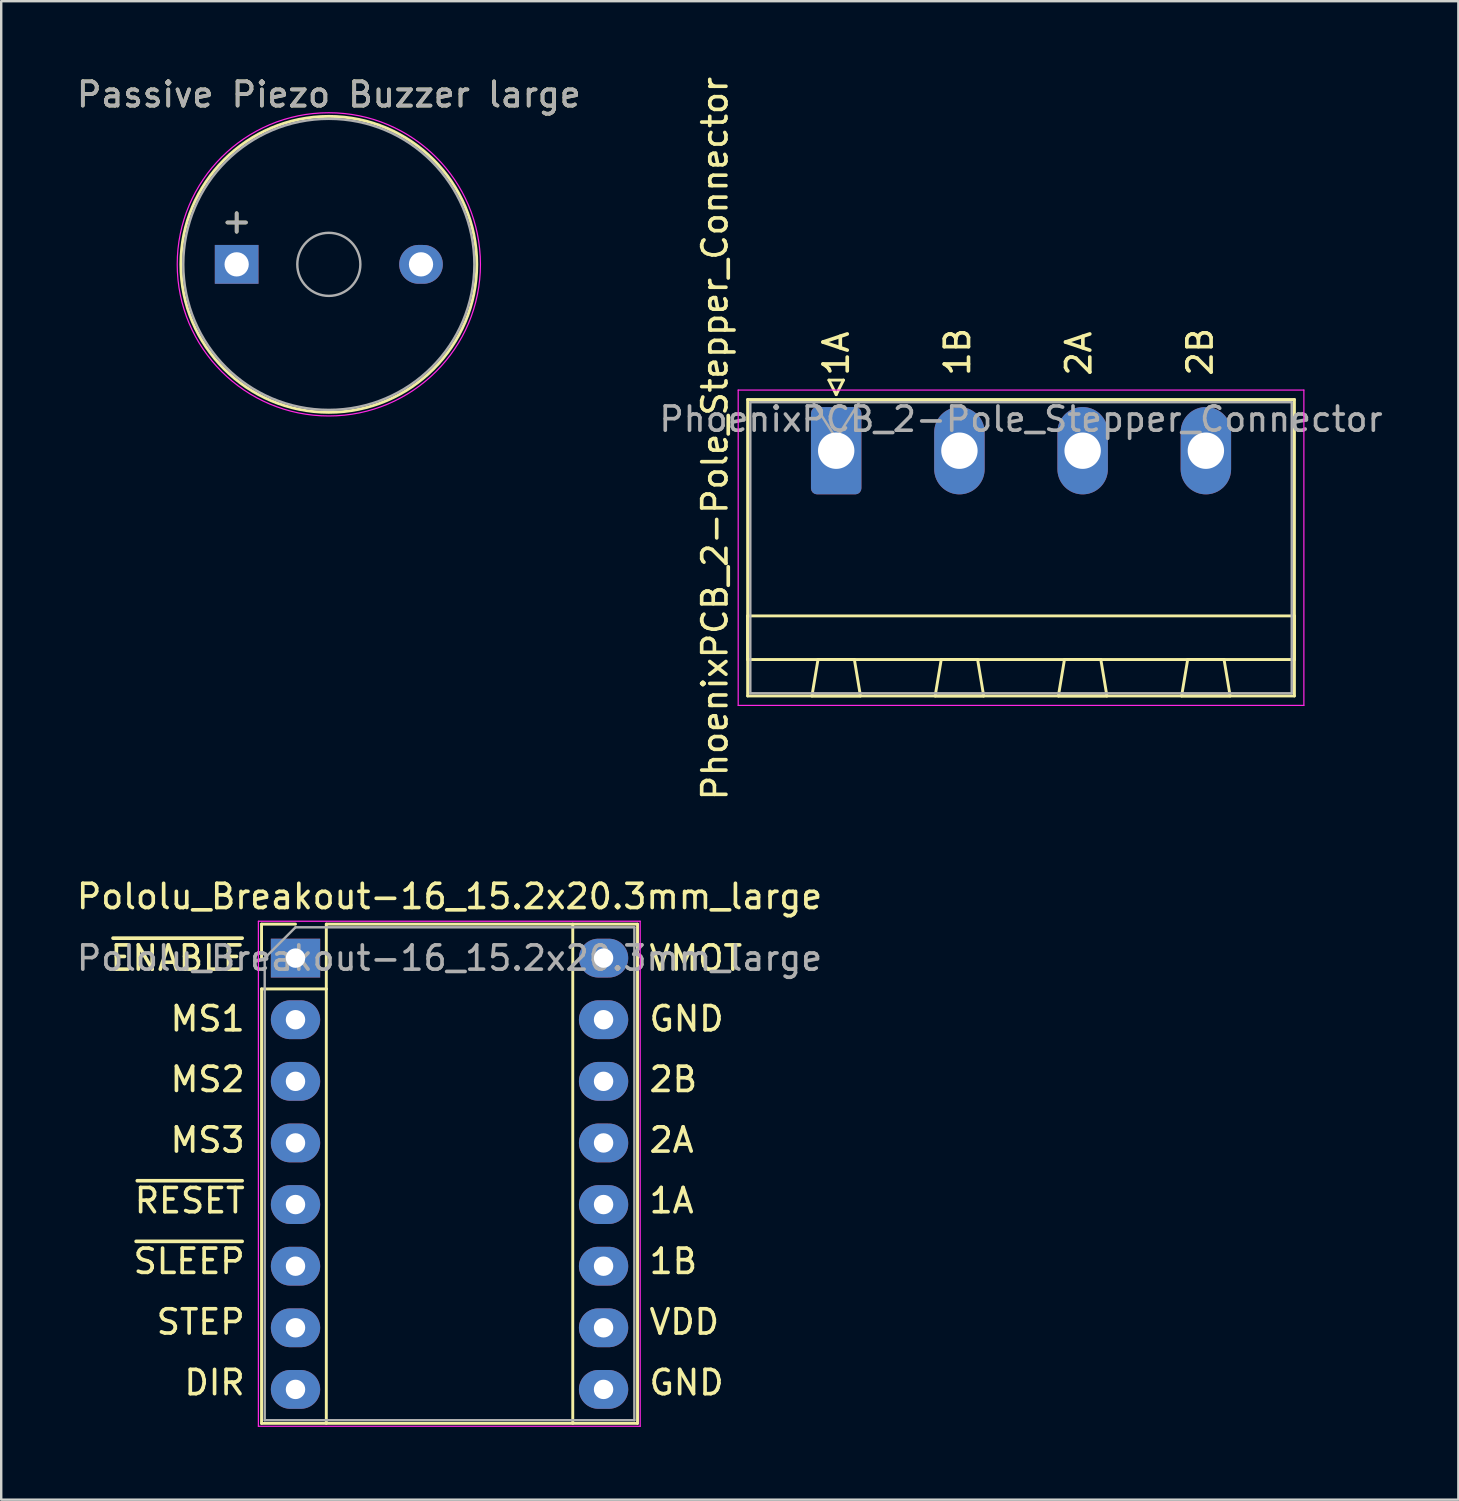
<source format=kicad_pcb>
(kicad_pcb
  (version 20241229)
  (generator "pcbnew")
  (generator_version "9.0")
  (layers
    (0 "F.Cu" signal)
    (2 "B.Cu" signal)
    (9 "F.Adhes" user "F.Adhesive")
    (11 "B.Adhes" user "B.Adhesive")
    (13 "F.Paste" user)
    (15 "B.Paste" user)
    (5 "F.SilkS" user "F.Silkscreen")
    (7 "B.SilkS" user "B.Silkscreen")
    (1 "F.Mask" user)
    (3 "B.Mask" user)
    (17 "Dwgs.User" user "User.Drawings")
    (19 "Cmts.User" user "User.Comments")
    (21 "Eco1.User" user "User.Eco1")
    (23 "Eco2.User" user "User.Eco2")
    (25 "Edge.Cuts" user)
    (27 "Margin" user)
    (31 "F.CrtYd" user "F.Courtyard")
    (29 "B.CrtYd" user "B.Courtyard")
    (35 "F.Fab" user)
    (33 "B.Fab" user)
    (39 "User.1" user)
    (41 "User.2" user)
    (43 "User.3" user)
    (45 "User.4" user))
  (footprint "Passive Piezo Buzzer large"
    (layer "F.Cu")
    (at 6.706 7.848)
    (property "Reference" "Passive Piezo Buzzer large" (at 3.8 -7 0) (layer "F.SilkS") (effects (font (size 1 1) (thickness 0.15))))
    (attr through_hole)
    (fp_circle (center 3.8 0) (end 9.9 0) (stroke (width 0.12) (type solid)) (fill no) (layer "F.SilkS"))
    (fp_circle (center 3.8 0) (end 10.05 0) (stroke (width 0.05) (type solid)) (fill no) (layer "F.CrtYd"))
    (fp_circle (center 3.8 0) (end 5.1 0) (stroke (width 0.1) (type solid)) (fill no) (layer "F.Fab"))
    (fp_circle (center 3.8 0) (end 9.8 0) (stroke (width 0.1) (type solid)) (fill no) (layer "F.Fab"))
    (fp_text user "+" (at 0 -1.8 0) (layer "F.SilkS") (effects (font (size 1 1) (thickness 0.15))))
    (fp_text user "${REFERENCE}" (at 3.8 -7 0) (layer "F.Fab") (effects (font (size 1 1) (thickness 0.15))))
    (fp_text user "+" (at 0 -1.8 0) (layer "F.Fab") (effects (font (size 1 1) (thickness 0.15))))
    (pad "1" thru_hole rect (at 0 0) (size 1.8 1.6) (drill 1) (layers "*.Cu" "*.Mask"))
    (pad "2" thru_hole oval (at 7.6 0) (size 1.8 1.6) (drill 1) (layers "*.Cu" "*.Mask")))
  (footprint "PhoenixPCB_2-Pole_Stepper_Connector"
    (layer "F.Cu")
    (at 31.422 15.53)
    (property "Reference" "PhoenixPCB_2-Pole_Stepper_Connector" (at -5 -0.5 90) (layer "F.SilkS") (effects (font (size 1 1) (thickness 0.15))))
    (attr through_hole)
    (fp_line (start -3.65 -2.11) (end -3.65 10.11) (stroke (width 0.12) (type solid)) (layer "F.SilkS"))
    (fp_line (start -3.65 6.81) (end 18.89 6.81) (stroke (width 0.12) (type solid)) (layer "F.SilkS"))
    (fp_line (start -3.65 8.61) (end -3.65 6.81) (stroke (width 0.12) (type solid)) (layer "F.SilkS"))
    (fp_line (start -3.65 10.11) (end 18.89 10.11) (stroke (width 0.12) (type solid)) (layer "F.SilkS"))
    (fp_line (start -1 10.11) (end 1 10.11) (stroke (width 0.12) (type solid)) (layer "F.SilkS"))
    (fp_line (start -0.75 8.61) (end -1 10.11) (stroke (width 0.12) (type solid)) (layer "F.SilkS"))
    (fp_line (start -0.3 -2.91) (end 0.3 -2.91) (stroke (width 0.12) (type solid)) (layer "F.SilkS"))
    (fp_line (start 0 -2.31) (end -0.3 -2.91) (stroke (width 0.12) (type solid)) (layer "F.SilkS"))
    (fp_line (start 0.3 -2.91) (end 0 -2.31) (stroke (width 0.12) (type solid)) (layer "F.SilkS"))
    (fp_line (start 0.75 8.61) (end -0.75 8.61) (stroke (width 0.12) (type solid)) (layer "F.SilkS"))
    (fp_line (start 1 10.11) (end 0.75 8.61) (stroke (width 0.12) (type solid)) (layer "F.SilkS"))
    (fp_line (start 4.08 10.11) (end 6.08 10.11) (stroke (width 0.12) (type solid)) (layer "F.SilkS"))
    (fp_line (start 4.33 8.61) (end 4.08 10.11) (stroke (width 0.12) (type solid)) (layer "F.SilkS"))
    (fp_line (start 5.83 8.61) (end 4.33 8.61) (stroke (width 0.12) (type solid)) (layer "F.SilkS"))
    (fp_line (start 6.08 10.11) (end 5.83 8.61) (stroke (width 0.12) (type solid)) (layer "F.SilkS"))
    (fp_line (start 9.16 10.11) (end 11.16 10.11) (stroke (width 0.12) (type solid)) (layer "F.SilkS"))
    (fp_line (start 9.41 8.61) (end 9.16 10.11) (stroke (width 0.12) (type solid)) (layer "F.SilkS"))
    (fp_line (start 10.91 8.61) (end 9.41 8.61) (stroke (width 0.12) (type solid)) (layer "F.SilkS"))
    (fp_line (start 11.16 10.11) (end 10.91 8.61) (stroke (width 0.12) (type solid)) (layer "F.SilkS"))
    (fp_line (start 14.24 10.11) (end 16.24 10.11) (stroke (width 0.12) (type solid)) (layer "F.SilkS"))
    (fp_line (start 14.49 8.61) (end 14.24 10.11) (stroke (width 0.12) (type solid)) (layer "F.SilkS"))
    (fp_line (start 15.99 8.61) (end 14.49 8.61) (stroke (width 0.12) (type solid)) (layer "F.SilkS"))
    (fp_line (start 16.24 10.11) (end 15.99 8.61) (stroke (width 0.12) (type solid)) (layer "F.SilkS"))
    (fp_line (start 18.89 -2.11) (end -3.65 -2.11) (stroke (width 0.12) (type solid)) (layer "F.SilkS"))
    (fp_line (start 18.89 6.81) (end 18.89 8.61) (stroke (width 0.12) (type solid)) (layer "F.SilkS"))
    (fp_line (start 18.89 8.61) (end -3.65 8.61) (stroke (width 0.12) (type solid)) (layer "F.SilkS"))
    (fp_line (start 18.89 10.11) (end 18.89 -2.11) (stroke (width 0.12) (type solid)) (layer "F.SilkS"))
    (fp_line (start -4.04 -2.5) (end -4.04 10.5) (stroke (width 0.05) (type solid)) (layer "F.CrtYd"))
    (fp_line (start -4.04 10.5) (end 19.28 10.5) (stroke (width 0.05) (type solid)) (layer "F.CrtYd"))
    (fp_line (start 19.28 -2.5) (end -4.04 -2.5) (stroke (width 0.05) (type solid)) (layer "F.CrtYd"))
    (fp_line (start 19.28 10.5) (end 19.28 -2.5) (stroke (width 0.05) (type solid)) (layer "F.CrtYd"))
    (fp_line (start -3.54 -2) (end -3.54 10) (stroke (width 0.1) (type solid)) (layer "F.Fab"))
    (fp_line (start -3.54 10) (end 18.78 10) (stroke (width 0.1) (type solid)) (layer "F.Fab"))
    (fp_line (start 0 -0.5) (end -0.95 -2) (stroke (width 0.1) (type solid)) (layer "F.Fab"))
    (fp_line (start 0.95 -2) (end 0 -0.5) (stroke (width 0.1) (type solid)) (layer "F.Fab"))
    (fp_line (start 18.78 -2) (end -3.54 -2) (stroke (width 0.1) (type solid)) (layer "F.Fab"))
    (fp_line (start 18.78 10) (end 18.78 -2) (stroke (width 0.1) (type solid)) (layer "F.Fab"))
    (fp_text user "2A" (at 10 -3 90) (unlocked yes) (layer "F.SilkS") (effects (font (size 1 1) (thickness 0.15)) (justify left)))
    (fp_text user "2B" (at 15 -3 90) (unlocked yes) (layer "F.SilkS") (effects (font (size 1 1) (thickness 0.15)) (justify left)))
    (fp_text user "1B" (at 5 -3 90) (unlocked yes) (layer "F.SilkS") (effects (font (size 1 1) (thickness 0.15)) (justify left)))
    (fp_text user "1A" (at 0 -3 90) (unlocked yes) (layer "F.SilkS") (effects (font (size 1 1) (thickness 0.15)) (justify left)))
    (fp_text user "${REFERENCE}" (at 7.62 -1.3 0) (layer "F.Fab") (effects (font (size 1 1) (thickness 0.15))))
    (pad "1" thru_hole roundrect (at 0 0) (size 2.08 3.6) (drill 1.5) (layers "*.Cu" "*.Mask") (roundrect_rratio 0.12))
    (pad "2" thru_hole oval (at 5.08 0) (size 2.08 3.6) (drill 1.5) (layers "*.Cu" "*.Mask"))
    (pad "3" thru_hole oval (at 10.16 0) (size 2.08 3.6) (drill 1.5) (layers "*.Cu" "*.Mask"))
    (pad "4" thru_hole oval (at 15.24 0) (size 2.08 3.6) (drill 1.5) (layers "*.Cu" "*.Mask")))
  (footprint "Pololu_Breakout-16_15.2x20.3mm_large"
    (layer "F.Cu")
    (at 9.132 36.448)
    (property "Reference" "Pololu_Breakout-16_15.2x20.3mm_large" (at 6.35 -2.54 0) (layer "F.SilkS") (effects (font (size 1 1) (thickness 0.15))))
    (attr through_hole)
    (fp_line (start -1.4 -1.4) (end -1.4 0) (stroke (width 0.12) (type solid)) (layer "F.SilkS"))
    (fp_line (start -1.4 1.27) (end -1.4 19.18) (stroke (width 0.12) (type solid)) (layer "F.SilkS"))
    (fp_line (start -1.4 19.18) (end 14.1 19.18) (stroke (width 0.12) (type solid)) (layer "F.SilkS"))
    (fp_line (start 0 -1.4) (end -1.4 -1.4) (stroke (width 0.12) (type solid)) (layer "F.SilkS"))
    (fp_line (start 1.27 -1.4) (end 1.27 1.27) (stroke (width 0.12) (type solid)) (layer "F.SilkS"))
    (fp_line (start 1.27 1.27) (end -1.4 1.27) (stroke (width 0.12) (type solid)) (layer "F.SilkS"))
    (fp_line (start 1.27 1.27) (end 1.27 19.18) (stroke (width 0.12) (type solid)) (layer "F.SilkS"))
    (fp_line (start 11.43 -1.4) (end 11.43 19.18) (stroke (width 0.12) (type solid)) (layer "F.SilkS"))
    (fp_line (start 14.1 -1.4) (end 1.27 -1.4) (stroke (width 0.12) (type solid)) (layer "F.SilkS"))
    (fp_line (start 14.1 19.18) (end 14.1 -1.4) (stroke (width 0.12) (type solid)) (layer "F.SilkS"))
    (fp_line (start -1.53 -1.52) (end -1.53 19.3) (stroke (width 0.05) (type solid)) (layer "F.CrtYd"))
    (fp_line (start -1.53 -1.52) (end 14.21 -1.52) (stroke (width 0.05) (type solid)) (layer "F.CrtYd"))
    (fp_line (start 14.21 19.3) (end -1.53 19.3) (stroke (width 0.05) (type solid)) (layer "F.CrtYd"))
    (fp_line (start 14.21 19.3) (end 14.21 -1.52) (stroke (width 0.05) (type solid)) (layer "F.CrtYd"))
    (fp_line (start -1.27 0) (end 0 -1.27) (stroke (width 0.1) (type solid)) (layer "F.Fab"))
    (fp_line (start -1.27 19.05) (end -1.27 0) (stroke (width 0.1) (type solid)) (layer "F.Fab"))
    (fp_line (start 0 -1.27) (end 13.97 -1.27) (stroke (width 0.1) (type solid)) (layer "F.Fab"))
    (fp_line (start 13.97 -1.27) (end 13.97 19.05) (stroke (width 0.1) (type solid)) (layer "F.Fab"))
    (fp_line (start 13.97 19.05) (end -1.27 19.05) (stroke (width 0.1) (type solid)) (layer "F.Fab"))
    (fp_text user "MS2" (at -2 5 0) (unlocked yes) (layer "F.SilkS") (effects (font (size 1 1) (thickness 0.15)) (justify right)))
    (fp_text user "~{ENABLE}" (at -2 0 0) (unlocked yes) (layer "F.SilkS") (effects (font (size 1 1) (thickness 0.15)) (justify right)))
    (fp_text user "2A" (at 14.5 7.5 0) (unlocked yes) (layer "F.SilkS") (effects (font (size 1 1) (thickness 0.15)) (justify left)))
    (fp_text user "GND" (at 14.5 2.5 0) (unlocked yes) (layer "F.SilkS") (effects (font (size 1 1) (thickness 0.15)) (justify left)))
    (fp_text user "GND" (at 14.5 17.5 0) (unlocked yes) (layer "F.SilkS") (effects (font (size 1 1) (thickness 0.15)) (justify left)))
    (fp_text user "VDD" (at 14.5 15 0) (unlocked yes) (layer "F.SilkS") (effects (font (size 1 1) (thickness 0.15)) (justify left)))
    (fp_text user "MS3" (at -2 7.5 0) (unlocked yes) (layer "F.SilkS") (effects (font (size 1 1) (thickness 0.15)) (justify right)))
    (fp_text user "~{RESET}" (at -2 10 0) (unlocked yes) (layer "F.SilkS") (effects (font (size 1 1) (thickness 0.15)) (justify right)))
    (fp_text user "VMOT" (at 14.5 0 0) (unlocked yes) (layer "F.SilkS") (effects (font (size 1 1) (thickness 0.15)) (justify left)))
    (fp_text user "2B" (at 14.5 5 0) (unlocked yes) (layer "F.SilkS") (effects (font (size 1 1) (thickness 0.15)) (justify left)))
    (fp_text user "STEP" (at -2 15 0) (unlocked yes) (layer "F.SilkS") (effects (font (size 1 1) (thickness 0.15)) (justify right)))
    (fp_text user "1A" (at 14.5 10 0) (unlocked yes) (layer "F.SilkS") (effects (font (size 1 1) (thickness 0.15)) (justify left)))
    (fp_text user "1B" (at 14.5 12.5 0) (unlocked yes) (layer "F.SilkS") (effects (font (size 1 1) (thickness 0.15)) (justify left)))
    (fp_text user "~{SLEEP}" (at -2 12.5 0) (unlocked yes) (layer "F.SilkS") (effects (font (size 1 1) (thickness 0.15)) (justify right)))
    (fp_text user "DIR" (at -2 17.5 0) (unlocked yes) (layer "F.SilkS") (effects (font (size 1 1) (thickness 0.15)) (justify right)))
    (fp_text user "MS1" (at -2 2.5 0) (unlocked yes) (layer "F.SilkS") (effects (font (size 1 1) (thickness 0.15)) (justify right)))
    (fp_text user "${REFERENCE}" (at 6.35 0 0) (layer "F.Fab") (effects (font (size 1 1) (thickness 0.15))))
    (pad "1" thru_hole rect (at 0 0) (size 2.032 1.6) (drill 0.8) (layers "*.Cu" "*.Mask"))
    (pad "2" thru_hole oval (at 0 2.54) (size 2.032 1.6) (drill 0.8) (layers "*.Cu" "*.Mask"))
    (pad "3" thru_hole oval (at 0 5.08) (size 2.032 1.6) (drill 0.8) (layers "*.Cu" "*.Mask"))
    (pad "4" thru_hole oval (at 0 7.62) (size 2.032 1.6) (drill 0.8) (layers "*.Cu" "*.Mask"))
    (pad "5" thru_hole oval (at 0 10.16) (size 2.032 1.6) (drill 0.8) (layers "*.Cu" "*.Mask"))
    (pad "6" thru_hole oval (at 0 12.7) (size 2.032 1.6) (drill 0.8) (layers "*.Cu" "*.Mask"))
    (pad "7" thru_hole oval (at 0 15.24) (size 2.032 1.6) (drill 0.8) (layers "*.Cu" "*.Mask"))
    (pad "8" thru_hole oval (at 0 17.78) (size 2.032 1.6) (drill 0.8) (layers "*.Cu" "*.Mask"))
    (pad "9" thru_hole oval (at 12.7 17.78) (size 2.032 1.6) (drill 0.8) (layers "*.Cu" "*.Mask"))
    (pad "10" thru_hole oval (at 12.7 15.24) (size 2.032 1.6) (drill 0.8) (layers "*.Cu" "*.Mask"))
    (pad "11" thru_hole oval (at 12.7 12.7) (size 2.032 1.6) (drill 0.8) (layers "*.Cu" "*.Mask"))
    (pad "12" thru_hole oval (at 12.7 10.16) (size 2.032 1.6) (drill 0.8) (layers "*.Cu" "*.Mask"))
    (pad "13" thru_hole oval (at 12.7 7.62) (size 2.032 1.6) (drill 0.8) (layers "*.Cu" "*.Mask"))
    (pad "14" thru_hole oval (at 12.7 5.08) (size 2.032 1.6) (drill 0.8) (layers "*.Cu" "*.Mask"))
    (pad "15" thru_hole oval (at 12.7 2.54) (size 2.032 1.6) (drill 0.8) (layers "*.Cu" "*.Mask"))
    (pad "16" thru_hole oval (at 12.7 0) (size 2.032 1.6) (drill 0.8) (layers "*.Cu" "*.Mask")))
  (gr_rect
    (start -3 -3)
    (end 57.071 58.773)
    (stroke (width 0.1) (type default))
    (fill no)
    (layer "Edge.Cuts")))
</source>
